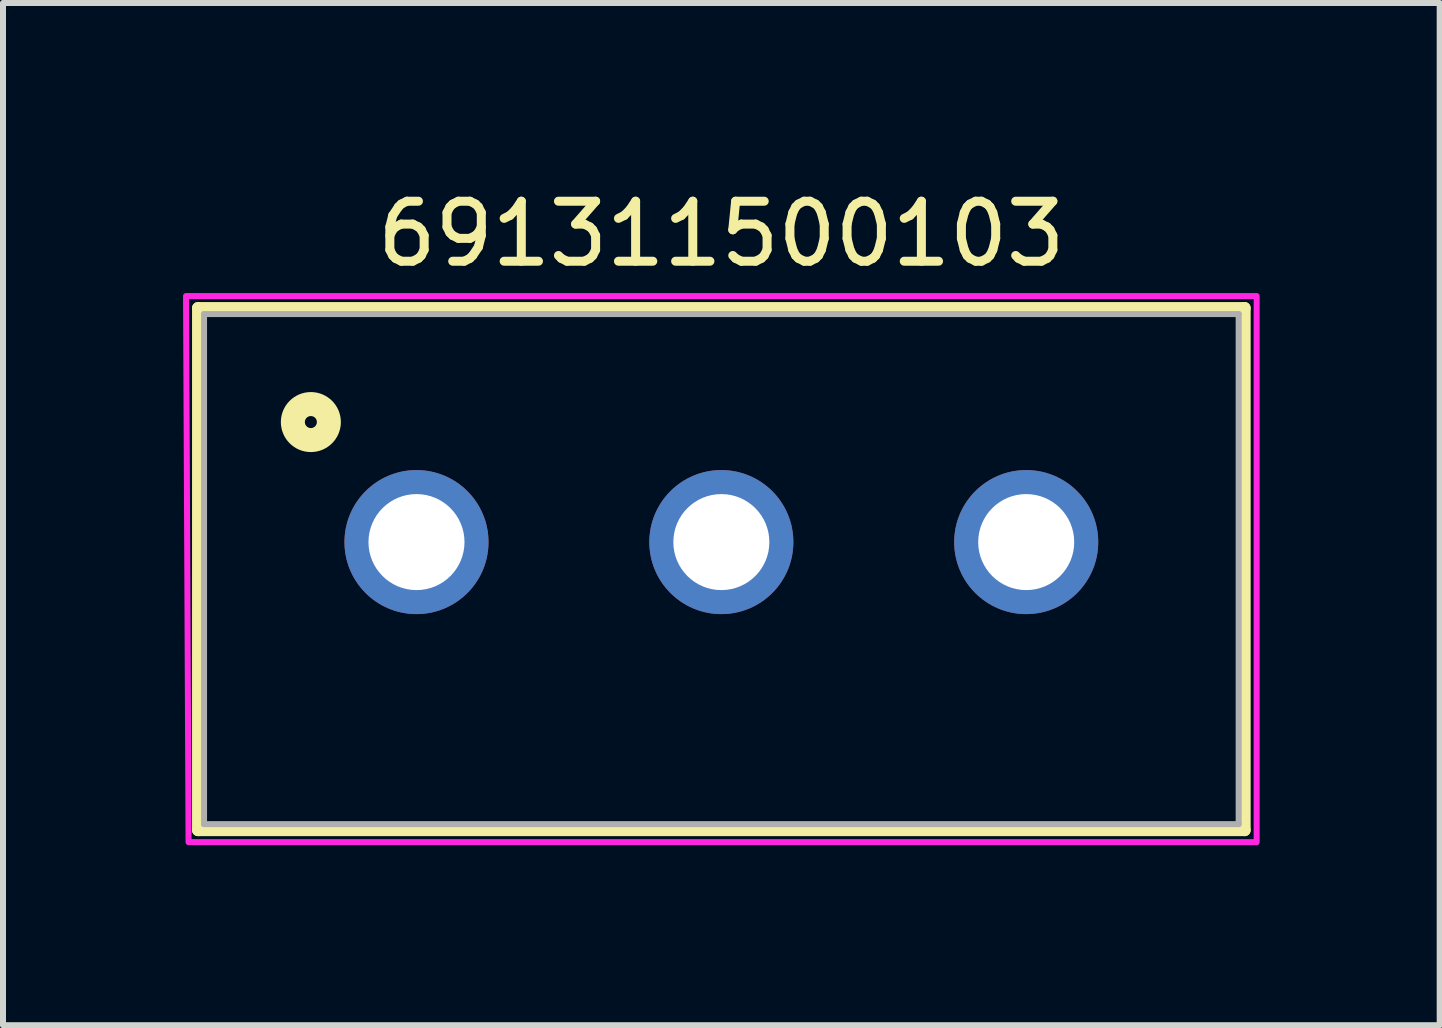
<source format=kicad_pcb>
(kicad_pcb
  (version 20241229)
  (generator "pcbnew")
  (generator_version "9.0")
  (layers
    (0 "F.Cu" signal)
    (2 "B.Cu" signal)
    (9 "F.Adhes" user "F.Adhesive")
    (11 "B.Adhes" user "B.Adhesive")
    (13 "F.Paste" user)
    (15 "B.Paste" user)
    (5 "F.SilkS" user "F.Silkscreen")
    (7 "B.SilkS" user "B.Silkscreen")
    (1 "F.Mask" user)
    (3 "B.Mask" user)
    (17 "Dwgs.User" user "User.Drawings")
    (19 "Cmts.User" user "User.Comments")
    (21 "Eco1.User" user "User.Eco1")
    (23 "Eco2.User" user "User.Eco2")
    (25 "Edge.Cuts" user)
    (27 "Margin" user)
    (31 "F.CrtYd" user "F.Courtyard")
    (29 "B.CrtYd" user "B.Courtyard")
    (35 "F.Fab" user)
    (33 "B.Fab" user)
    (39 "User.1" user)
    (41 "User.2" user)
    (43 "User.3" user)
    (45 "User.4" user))
  (footprint "691311500103"
    (layer "F.Cu")
    (at 8.97 5.983)
    (property "Reference" "691311500103" (at 0 -5.135 0) (layer "F.SilkS") (effects (font (size 1 1) (thickness 0.15))))
    (attr through_hole)
    (fp_line (start -8.72 -3.9) (end 8.72 -3.9) (stroke (width 0.2) (type solid)) (layer "F.SilkS"))
    (fp_line (start -8.72 4.8) (end -8.72 -3.9) (stroke (width 0.2) (type solid)) (layer "F.SilkS"))
    (fp_line (start 8.72 -3.9) (end 8.72 4.8) (stroke (width 0.2) (type solid)) (layer "F.SilkS"))
    (fp_line (start 8.72 4.8) (end -8.72 4.8) (stroke (width 0.2) (type solid)) (layer "F.SilkS"))
    (fp_circle (center -6.84 -2) (end -6.74 -2) (stroke (width 0.4) (type solid)) (fill no) (layer "F.SilkS"))
    (fp_poly (pts (xy -8.92 -4.1) (xy 8.92 -4.1) (xy 8.92 5) (xy -8.878 5)) (stroke (width 0.1) (type solid)) (fill no) (layer "F.CrtYd"))
    (fp_line (start -8.62 -3.8) (end -8.62 4.7) (stroke (width 0.1) (type solid)) (layer "F.Fab"))
    (fp_line (start -8.62 4.7) (end 8.62 4.7) (stroke (width 0.1) (type solid)) (layer "F.Fab"))
    (fp_line (start 8.62 -3.8) (end -8.62 -3.8) (stroke (width 0.1) (type solid)) (layer "F.Fab"))
    (fp_line (start 8.62 4.7) (end 8.62 -3.8) (stroke (width 0.1) (type solid)) (layer "F.Fab"))
    (pad "1" thru_hole circle (at -5.08 0) (size 2.4 2.4) (drill 1.6) (layers "*.Cu" "*.Mask"))
    (pad "2" thru_hole circle (at 0 0) (size 2.4 2.4) (drill 1.6) (layers "*.Cu" "*.Mask"))
    (pad "3" thru_hole circle (at 5.08 0) (size 2.4 2.4) (drill 1.6) (layers "*.Cu" "*.Mask")))
  (gr_rect
    (start -3 -3)
    (end 20.94 14.033)
    (stroke (width 0.1) (type default))
    (fill no)
    (layer "Edge.Cuts")))
</source>
